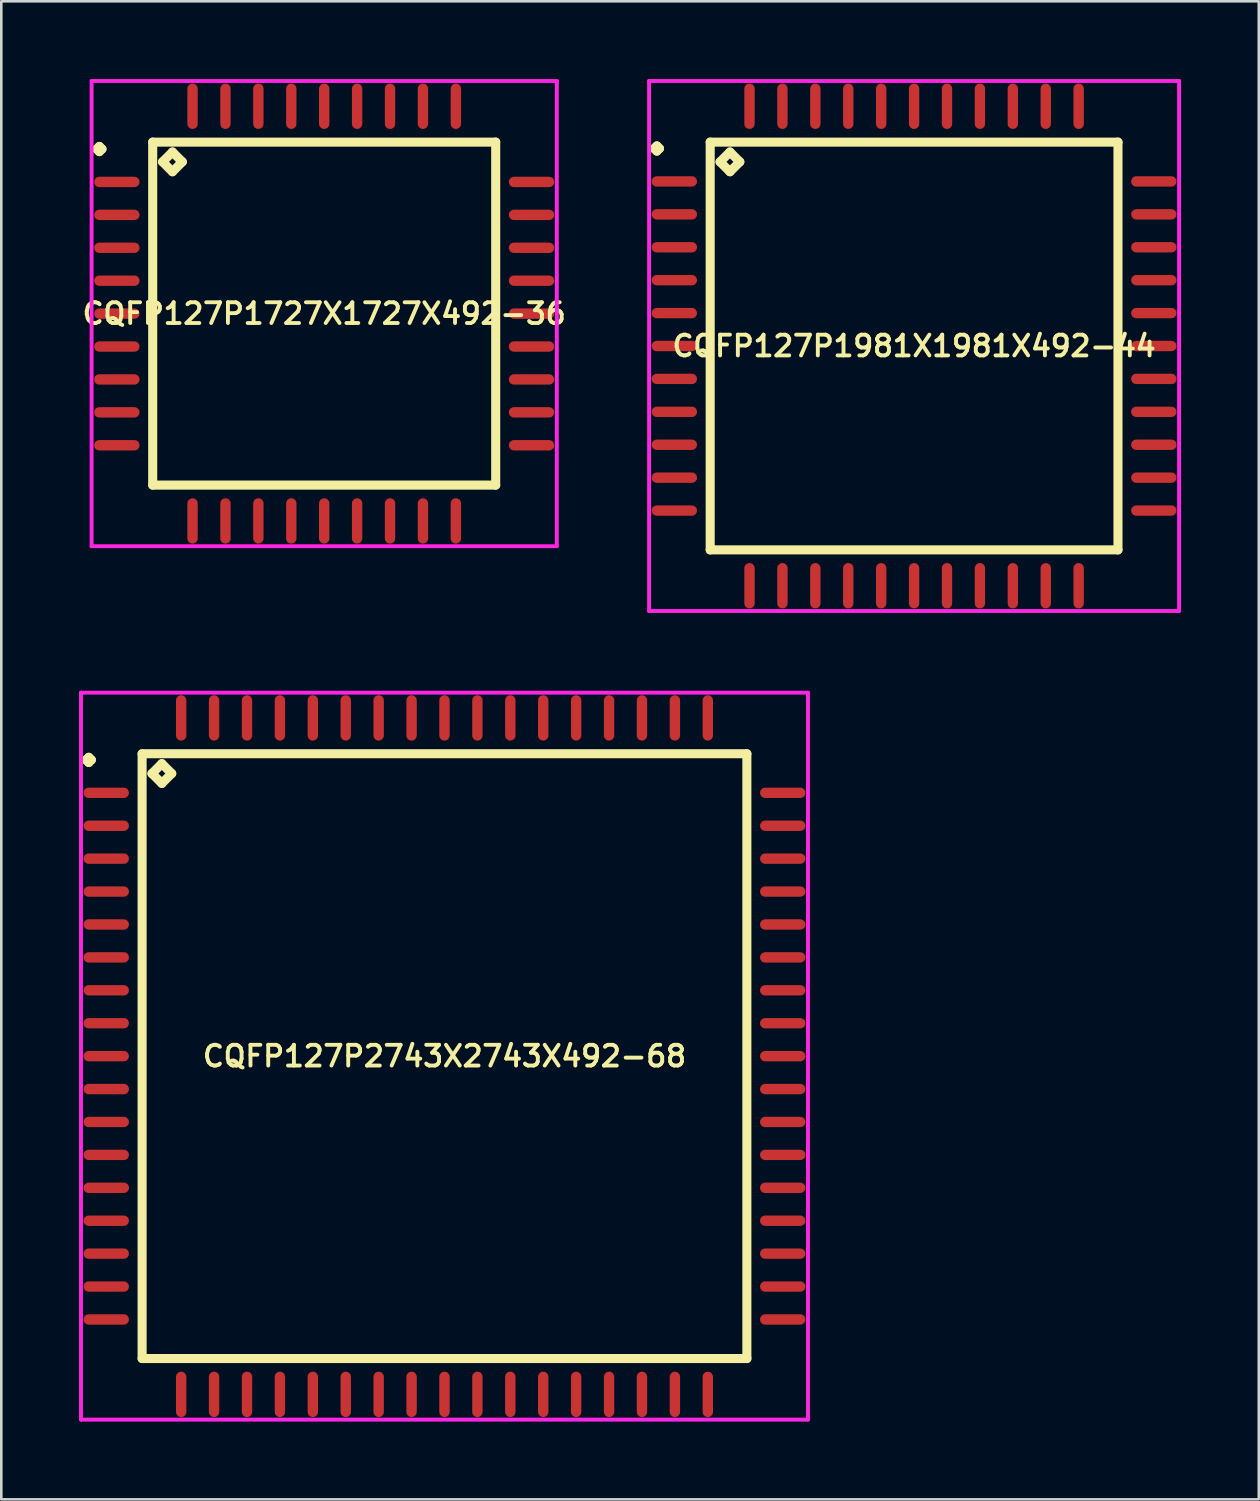
<source format=kicad_pcb>
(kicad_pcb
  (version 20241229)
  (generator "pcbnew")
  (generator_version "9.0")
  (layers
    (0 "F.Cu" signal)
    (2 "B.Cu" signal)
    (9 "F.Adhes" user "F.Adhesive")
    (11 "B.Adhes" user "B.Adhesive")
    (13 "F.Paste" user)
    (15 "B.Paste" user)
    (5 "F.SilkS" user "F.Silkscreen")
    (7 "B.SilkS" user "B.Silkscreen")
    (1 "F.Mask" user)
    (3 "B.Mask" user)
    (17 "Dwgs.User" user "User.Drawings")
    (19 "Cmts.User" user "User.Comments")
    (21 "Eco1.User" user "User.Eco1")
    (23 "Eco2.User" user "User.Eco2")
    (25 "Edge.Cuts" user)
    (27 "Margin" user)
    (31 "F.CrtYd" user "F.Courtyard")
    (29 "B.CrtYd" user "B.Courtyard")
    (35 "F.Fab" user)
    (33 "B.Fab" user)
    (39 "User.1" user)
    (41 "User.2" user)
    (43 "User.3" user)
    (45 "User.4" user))
  (footprint "CQFP127P1727X1727X492-36"
    (layer "F.Cu")
    (at 9.459 9.05)
    (property "Reference" "CQFP127P1727X1727X492-36" (at 0 0 0) (layer "F.SilkS") (effects (font (size 0.8 0.8) (thickness 0.15))))
    (attr through_hole)
    (fp_line (start -8.775 -6.35) (end -8.675 -6.45) (stroke (width 0.35) (type solid)) (layer "F.SilkS"))
    (fp_line (start -8.675 -6.45) (end -8.575 -6.35) (stroke (width 0.35) (type solid)) (layer "F.SilkS"))
    (fp_line (start -8.675 -6.25) (end -8.775 -6.35) (stroke (width 0.35) (type solid)) (layer "F.SilkS"))
    (fp_line (start -8.575 -6.35) (end -8.675 -6.25) (stroke (width 0.35) (type solid)) (layer "F.SilkS"))
    (fp_line (start -6.617 -6.617) (end -6.617 6.617) (stroke (width 0.35) (type solid)) (layer "F.SilkS"))
    (fp_line (start -6.617 6.617) (end 6.617 6.617) (stroke (width 0.35) (type solid)) (layer "F.SilkS"))
    (fp_line (start -6.236 -5.855) (end -5.855 -6.236) (stroke (width 0.35) (type solid)) (layer "F.SilkS"))
    (fp_line (start -5.855 -6.236) (end -5.474 -5.855) (stroke (width 0.35) (type solid)) (layer "F.SilkS"))
    (fp_line (start -5.855 -5.474) (end -6.236 -5.855) (stroke (width 0.35) (type solid)) (layer "F.SilkS"))
    (fp_line (start -5.474 -5.855) (end -5.855 -5.474) (stroke (width 0.35) (type solid)) (layer "F.SilkS"))
    (fp_line (start 6.617 -6.617) (end -6.617 -6.617) (stroke (width 0.35) (type solid)) (layer "F.SilkS"))
    (fp_line (start 6.617 6.617) (end 6.617 -6.617) (stroke (width 0.35) (type solid)) (layer "F.SilkS"))
    (fp_line (start -8.975 -8.975) (end 8.975 -8.975) (stroke (width 0.15) (type solid)) (layer "F.CrtYd"))
    (fp_line (start -8.975 8.975) (end -8.975 -8.975) (stroke (width 0.15) (type solid)) (layer "F.CrtYd"))
    (fp_line (start 8.975 -8.975) (end 8.975 8.975) (stroke (width 0.15) (type solid)) (layer "F.CrtYd"))
    (fp_line (start 8.975 8.975) (end -8.975 8.975) (stroke (width 0.15) (type solid)) (layer "F.CrtYd"))
    (pad "1" smd oval (at -8 -5.08) (size 1.75 0.4) (layers "F.Cu" "F.Mask" "F.Paste"))
    (pad "2" smd oval (at -8 -3.81) (size 1.75 0.4) (layers "F.Cu" "F.Mask" "F.Paste"))
    (pad "3" smd oval (at -8 -2.54) (size 1.75 0.4) (layers "F.Cu" "F.Mask" "F.Paste"))
    (pad "4" smd oval (at -8 -1.27) (size 1.75 0.4) (layers "F.Cu" "F.Mask" "F.Paste"))
    (pad "5" smd oval (at -8 0) (size 1.75 0.4) (layers "F.Cu" "F.Mask" "F.Paste"))
    (pad "6" smd oval (at -8 1.27) (size 1.75 0.4) (layers "F.Cu" "F.Mask" "F.Paste"))
    (pad "7" smd oval (at -8 2.54) (size 1.75 0.4) (layers "F.Cu" "F.Mask" "F.Paste"))
    (pad "8" smd oval (at -8 3.81) (size 1.75 0.4) (layers "F.Cu" "F.Mask" "F.Paste"))
    (pad "9" smd oval (at -8 5.08) (size 1.75 0.4) (layers "F.Cu" "F.Mask" "F.Paste"))
    (pad "10" smd oval (at -5.08 8) (size 0.4 1.75) (layers "F.Cu" "F.Mask" "F.Paste"))
    (pad "11" smd oval (at -3.81 8) (size 0.4 1.75) (layers "F.Cu" "F.Mask" "F.Paste"))
    (pad "12" smd oval (at -2.54 8) (size 0.4 1.75) (layers "F.Cu" "F.Mask" "F.Paste"))
    (pad "13" smd oval (at -1.27 8) (size 0.4 1.75) (layers "F.Cu" "F.Mask" "F.Paste"))
    (pad "14" smd oval (at 0 8) (size 0.4 1.75) (layers "F.Cu" "F.Mask" "F.Paste"))
    (pad "15" smd oval (at 1.27 8) (size 0.4 1.75) (layers "F.Cu" "F.Mask" "F.Paste"))
    (pad "16" smd oval (at 2.54 8) (size 0.4 1.75) (layers "F.Cu" "F.Mask" "F.Paste"))
    (pad "17" smd oval (at 3.81 8) (size 0.4 1.75) (layers "F.Cu" "F.Mask" "F.Paste"))
    (pad "18" smd oval (at 5.08 8) (size 0.4 1.75) (layers "F.Cu" "F.Mask" "F.Paste"))
    (pad "19" smd oval (at 8 5.08) (size 1.75 0.4) (layers "F.Cu" "F.Mask" "F.Paste"))
    (pad "20" smd oval (at 8 3.81) (size 1.75 0.4) (layers "F.Cu" "F.Mask" "F.Paste"))
    (pad "21" smd oval (at 8 2.54) (size 1.75 0.4) (layers "F.Cu" "F.Mask" "F.Paste"))
    (pad "22" smd oval (at 8 1.27) (size 1.75 0.4) (layers "F.Cu" "F.Mask" "F.Paste"))
    (pad "23" smd oval (at 8 0) (size 1.75 0.4) (layers "F.Cu" "F.Mask" "F.Paste"))
    (pad "24" smd oval (at 8 -1.27) (size 1.75 0.4) (layers "F.Cu" "F.Mask" "F.Paste"))
    (pad "25" smd oval (at 8 -2.54) (size 1.75 0.4) (layers "F.Cu" "F.Mask" "F.Paste"))
    (pad "26" smd oval (at 8 -3.81) (size 1.75 0.4) (layers "F.Cu" "F.Mask" "F.Paste"))
    (pad "27" smd oval (at 8 -5.08) (size 1.75 0.4) (layers "F.Cu" "F.Mask" "F.Paste"))
    (pad "28" smd oval (at 5.08 -8) (size 0.4 1.75) (layers "F.Cu" "F.Mask" "F.Paste"))
    (pad "29" smd oval (at 3.81 -8) (size 0.4 1.75) (layers "F.Cu" "F.Mask" "F.Paste"))
    (pad "30" smd oval (at 2.54 -8) (size 0.4 1.75) (layers "F.Cu" "F.Mask" "F.Paste"))
    (pad "31" smd oval (at 1.27 -8) (size 0.4 1.75) (layers "F.Cu" "F.Mask" "F.Paste"))
    (pad "32" smd oval (at 0 -8) (size 0.4 1.75) (layers "F.Cu" "F.Mask" "F.Paste"))
    (pad "33" smd oval (at -1.27 -8) (size 0.4 1.75) (layers "F.Cu" "F.Mask" "F.Paste"))
    (pad "34" smd oval (at -2.54 -8) (size 0.4 1.75) (layers "F.Cu" "F.Mask" "F.Paste"))
    (pad "35" smd oval (at -3.81 -8) (size 0.4 1.75) (layers "F.Cu" "F.Mask" "F.Paste"))
    (pad "36" smd oval (at -5.08 -8) (size 0.4 1.75) (layers "F.Cu" "F.Mask" "F.Paste")))
  (footprint "CQFP127P2743X2743X492-68"
    (layer "F.Cu")
    (at 14.1 37.7)
    (property "Reference" "CQFP127P2743X2743X492-68" (at 0 0 0) (layer "F.SilkS") (effects (font (size 0.8 0.8) (thickness 0.15))))
    (attr smd)
    (fp_line (start -13.825 -11.43) (end -13.725 -11.53) (stroke (width 0.35) (type solid)) (layer "F.SilkS"))
    (fp_line (start -13.725 -11.53) (end -13.625 -11.43) (stroke (width 0.35) (type solid)) (layer "F.SilkS"))
    (fp_line (start -13.725 -11.33) (end -13.825 -11.43) (stroke (width 0.35) (type solid)) (layer "F.SilkS"))
    (fp_line (start -13.625 -11.43) (end -13.725 -11.33) (stroke (width 0.35) (type solid)) (layer "F.SilkS"))
    (fp_line (start -11.667 -11.667) (end -11.667 11.667) (stroke (width 0.35) (type solid)) (layer "F.SilkS"))
    (fp_line (start -11.667 11.667) (end 11.667 11.667) (stroke (width 0.35) (type solid)) (layer "F.SilkS"))
    (fp_line (start -11.286 -10.905) (end -10.905 -11.286) (stroke (width 0.35) (type solid)) (layer "F.SilkS"))
    (fp_line (start -10.905 -11.286) (end -10.524 -10.905) (stroke (width 0.35) (type solid)) (layer "F.SilkS"))
    (fp_line (start -10.905 -10.524) (end -11.286 -10.905) (stroke (width 0.35) (type solid)) (layer "F.SilkS"))
    (fp_line (start -10.524 -10.905) (end -10.905 -10.524) (stroke (width 0.35) (type solid)) (layer "F.SilkS"))
    (fp_line (start 11.667 -11.667) (end -11.667 -11.667) (stroke (width 0.35) (type solid)) (layer "F.SilkS"))
    (fp_line (start 11.667 11.667) (end 11.667 -11.667) (stroke (width 0.35) (type solid)) (layer "F.SilkS"))
    (fp_line (start -14.025 -14.025) (end 14.025 -14.025) (stroke (width 0.15) (type solid)) (layer "F.CrtYd"))
    (fp_line (start -14.025 14.025) (end -14.025 -14.025) (stroke (width 0.15) (type solid)) (layer "F.CrtYd"))
    (fp_line (start 14.025 -14.025) (end 14.025 14.025) (stroke (width 0.15) (type solid)) (layer "F.CrtYd"))
    (fp_line (start 14.025 14.025) (end -14.025 14.025) (stroke (width 0.15) (type solid)) (layer "F.CrtYd"))
    (pad "1" smd oval (at -13.05 -10.16) (size 1.75 0.4) (layers "F.Cu" "F.Mask" "F.Paste"))
    (pad "2" smd oval (at -13.05 -8.89) (size 1.75 0.4) (layers "F.Cu" "F.Mask" "F.Paste"))
    (pad "3" smd oval (at -13.05 -7.62) (size 1.75 0.4) (layers "F.Cu" "F.Mask" "F.Paste"))
    (pad "4" smd oval (at -13.05 -6.35) (size 1.75 0.4) (layers "F.Cu" "F.Mask" "F.Paste"))
    (pad "5" smd oval (at -13.05 -5.08) (size 1.75 0.4) (layers "F.Cu" "F.Mask" "F.Paste"))
    (pad "6" smd oval (at -13.05 -3.81) (size 1.75 0.4) (layers "F.Cu" "F.Mask" "F.Paste"))
    (pad "7" smd oval (at -13.05 -2.54) (size 1.75 0.4) (layers "F.Cu" "F.Mask" "F.Paste"))
    (pad "8" smd oval (at -13.05 -1.27) (size 1.75 0.4) (layers "F.Cu" "F.Mask" "F.Paste"))
    (pad "9" smd oval (at -13.05 0) (size 1.75 0.4) (layers "F.Cu" "F.Mask" "F.Paste"))
    (pad "10" smd oval (at -13.05 1.27) (size 1.75 0.4) (layers "F.Cu" "F.Mask" "F.Paste"))
    (pad "11" smd oval (at -13.05 2.54) (size 1.75 0.4) (layers "F.Cu" "F.Mask" "F.Paste"))
    (pad "12" smd oval (at -13.05 3.81) (size 1.75 0.4) (layers "F.Cu" "F.Mask" "F.Paste"))
    (pad "13" smd oval (at -13.05 5.08) (size 1.75 0.4) (layers "F.Cu" "F.Mask" "F.Paste"))
    (pad "14" smd oval (at -13.05 6.35) (size 1.75 0.4) (layers "F.Cu" "F.Mask" "F.Paste"))
    (pad "15" smd oval (at -13.05 7.62) (size 1.75 0.4) (layers "F.Cu" "F.Mask" "F.Paste"))
    (pad "16" smd oval (at -13.05 8.89) (size 1.75 0.4) (layers "F.Cu" "F.Mask" "F.Paste"))
    (pad "17" smd oval (at -13.05 10.16) (size 1.75 0.4) (layers "F.Cu" "F.Mask" "F.Paste"))
    (pad "18" smd oval (at -10.16 13.05) (size 0.4 1.75) (layers "F.Cu" "F.Mask" "F.Paste"))
    (pad "19" smd oval (at -8.89 13.05) (size 0.4 1.75) (layers "F.Cu" "F.Mask" "F.Paste"))
    (pad "20" smd oval (at -7.62 13.05) (size 0.4 1.75) (layers "F.Cu" "F.Mask" "F.Paste"))
    (pad "21" smd oval (at -6.35 13.05) (size 0.4 1.75) (layers "F.Cu" "F.Mask" "F.Paste"))
    (pad "22" smd oval (at -5.08 13.05) (size 0.4 1.75) (layers "F.Cu" "F.Mask" "F.Paste"))
    (pad "23" smd oval (at -3.81 13.05) (size 0.4 1.75) (layers "F.Cu" "F.Mask" "F.Paste"))
    (pad "24" smd oval (at -2.54 13.05) (size 0.4 1.75) (layers "F.Cu" "F.Mask" "F.Paste"))
    (pad "25" smd oval (at -1.27 13.05) (size 0.4 1.75) (layers "F.Cu" "F.Mask" "F.Paste"))
    (pad "26" smd oval (at 0 13.05) (size 0.4 1.75) (layers "F.Cu" "F.Mask" "F.Paste"))
    (pad "27" smd oval (at 1.27 13.05) (size 0.4 1.75) (layers "F.Cu" "F.Mask" "F.Paste"))
    (pad "28" smd oval (at 2.54 13.05) (size 0.4 1.75) (layers "F.Cu" "F.Mask" "F.Paste"))
    (pad "29" smd oval (at 3.81 13.05) (size 0.4 1.75) (layers "F.Cu" "F.Mask" "F.Paste"))
    (pad "30" smd oval (at 5.08 13.05) (size 0.4 1.75) (layers "F.Cu" "F.Mask" "F.Paste"))
    (pad "31" smd oval (at 6.35 13.05) (size 0.4 1.75) (layers "F.Cu" "F.Mask" "F.Paste"))
    (pad "32" smd oval (at 7.62 13.05) (size 0.4 1.75) (layers "F.Cu" "F.Mask" "F.Paste"))
    (pad "33" smd oval (at 8.89 13.05) (size 0.4 1.75) (layers "F.Cu" "F.Mask" "F.Paste"))
    (pad "34" smd oval (at 10.16 13.05) (size 0.4 1.75) (layers "F.Cu" "F.Mask" "F.Paste"))
    (pad "35" smd oval (at 13.05 10.16) (size 1.75 0.4) (layers "F.Cu" "F.Mask" "F.Paste"))
    (pad "36" smd oval (at 13.05 8.89) (size 1.75 0.4) (layers "F.Cu" "F.Mask" "F.Paste"))
    (pad "37" smd oval (at 13.05 7.62) (size 1.75 0.4) (layers "F.Cu" "F.Mask" "F.Paste"))
    (pad "38" smd oval (at 13.05 6.35) (size 1.75 0.4) (layers "F.Cu" "F.Mask" "F.Paste"))
    (pad "39" smd oval (at 13.05 5.08) (size 1.75 0.4) (layers "F.Cu" "F.Mask" "F.Paste"))
    (pad "40" smd oval (at 13.05 3.81) (size 1.75 0.4) (layers "F.Cu" "F.Mask" "F.Paste"))
    (pad "41" smd oval (at 13.05 2.54) (size 1.75 0.4) (layers "F.Cu" "F.Mask" "F.Paste"))
    (pad "42" smd oval (at 13.05 1.27) (size 1.75 0.4) (layers "F.Cu" "F.Mask" "F.Paste"))
    (pad "43" smd oval (at 13.05 0) (size 1.75 0.4) (layers "F.Cu" "F.Mask" "F.Paste"))
    (pad "44" smd oval (at 13.05 -1.27) (size 1.75 0.4) (layers "F.Cu" "F.Mask" "F.Paste"))
    (pad "45" smd oval (at 13.05 -2.54) (size 1.75 0.4) (layers "F.Cu" "F.Mask" "F.Paste"))
    (pad "46" smd oval (at 13.05 -3.81) (size 1.75 0.4) (layers "F.Cu" "F.Mask" "F.Paste"))
    (pad "47" smd oval (at 13.05 -5.08) (size 1.75 0.4) (layers "F.Cu" "F.Mask" "F.Paste"))
    (pad "48" smd oval (at 13.05 -6.35) (size 1.75 0.4) (layers "F.Cu" "F.Mask" "F.Paste"))
    (pad "49" smd oval (at 13.05 -7.62) (size 1.75 0.4) (layers "F.Cu" "F.Mask" "F.Paste"))
    (pad "50" smd oval (at 13.05 -8.89) (size 1.75 0.4) (layers "F.Cu" "F.Mask" "F.Paste"))
    (pad "51" smd oval (at 13.05 -10.16) (size 1.75 0.4) (layers "F.Cu" "F.Mask" "F.Paste"))
    (pad "52" smd oval (at 10.16 -13.05) (size 0.4 1.75) (layers "F.Cu" "F.Mask" "F.Paste"))
    (pad "53" smd oval (at 8.89 -13.05) (size 0.4 1.75) (layers "F.Cu" "F.Mask" "F.Paste"))
    (pad "54" smd oval (at 7.62 -13.05) (size 0.4 1.75) (layers "F.Cu" "F.Mask" "F.Paste"))
    (pad "55" smd oval (at 6.35 -13.05) (size 0.4 1.75) (layers "F.Cu" "F.Mask" "F.Paste"))
    (pad "56" smd oval (at 5.08 -13.05) (size 0.4 1.75) (layers "F.Cu" "F.Mask" "F.Paste"))
    (pad "57" smd oval (at 3.81 -13.05) (size 0.4 1.75) (layers "F.Cu" "F.Mask" "F.Paste"))
    (pad "58" smd oval (at 2.54 -13.05) (size 0.4 1.75) (layers "F.Cu" "F.Mask" "F.Paste"))
    (pad "59" smd oval (at 1.27 -13.05) (size 0.4 1.75) (layers "F.Cu" "F.Mask" "F.Paste"))
    (pad "60" smd oval (at 0 -13.05) (size 0.4 1.75) (layers "F.Cu" "F.Mask" "F.Paste"))
    (pad "61" smd oval (at -1.27 -13.05) (size 0.4 1.75) (layers "F.Cu" "F.Mask" "F.Paste"))
    (pad "62" smd oval (at -2.54 -13.05) (size 0.4 1.75) (layers "F.Cu" "F.Mask" "F.Paste"))
    (pad "63" smd oval (at -3.81 -13.05) (size 0.4 1.75) (layers "F.Cu" "F.Mask" "F.Paste"))
    (pad "64" smd oval (at -5.08 -13.05) (size 0.4 1.75) (layers "F.Cu" "F.Mask" "F.Paste"))
    (pad "65" smd oval (at -6.35 -13.05) (size 0.4 1.75) (layers "F.Cu" "F.Mask" "F.Paste"))
    (pad "66" smd oval (at -7.62 -13.05) (size 0.4 1.75) (layers "F.Cu" "F.Mask" "F.Paste"))
    (pad "67" smd oval (at -8.89 -13.05) (size 0.4 1.75) (layers "F.Cu" "F.Mask" "F.Paste"))
    (pad "68" smd oval (at -10.16 -13.05) (size 0.4 1.75) (layers "F.Cu" "F.Mask" "F.Paste")))
  (footprint "CQFP127P1981X1981X492-44"
    (layer "F.Cu")
    (at 32.219 10.3)
    (property "Reference" "CQFP127P1981X1981X492-44" (at 0 0 0) (layer "F.SilkS") (effects (font (size 0.8 0.8) (thickness 0.15))))
    (attr smd)
    (fp_line (start -10.025 -7.62) (end -9.925 -7.72) (stroke (width 0.35) (type solid)) (layer "F.SilkS"))
    (fp_line (start -9.925 -7.72) (end -9.825 -7.62) (stroke (width 0.35) (type solid)) (layer "F.SilkS"))
    (fp_line (start -9.925 -7.52) (end -10.025 -7.62) (stroke (width 0.35) (type solid)) (layer "F.SilkS"))
    (fp_line (start -9.825 -7.62) (end -9.925 -7.52) (stroke (width 0.35) (type solid)) (layer "F.SilkS"))
    (fp_line (start -7.867 -7.867) (end -7.867 7.867) (stroke (width 0.35) (type solid)) (layer "F.SilkS"))
    (fp_line (start -7.867 7.867) (end 7.867 7.867) (stroke (width 0.35) (type solid)) (layer "F.SilkS"))
    (fp_line (start -7.486 -7.105) (end -7.105 -7.486) (stroke (width 0.35) (type solid)) (layer "F.SilkS"))
    (fp_line (start -7.105 -7.486) (end -6.724 -7.105) (stroke (width 0.35) (type solid)) (layer "F.SilkS"))
    (fp_line (start -7.105 -6.724) (end -7.486 -7.105) (stroke (width 0.35) (type solid)) (layer "F.SilkS"))
    (fp_line (start -6.724 -7.105) (end -7.105 -6.724) (stroke (width 0.35) (type solid)) (layer "F.SilkS"))
    (fp_line (start 7.867 -7.867) (end -7.867 -7.867) (stroke (width 0.35) (type solid)) (layer "F.SilkS"))
    (fp_line (start 7.867 7.867) (end 7.867 -7.867) (stroke (width 0.35) (type solid)) (layer "F.SilkS"))
    (fp_line (start -10.225 -10.225) (end 10.225 -10.225) (stroke (width 0.15) (type solid)) (layer "F.CrtYd"))
    (fp_line (start -10.225 10.225) (end -10.225 -10.225) (stroke (width 0.15) (type solid)) (layer "F.CrtYd"))
    (fp_line (start 10.225 -10.225) (end 10.225 10.225) (stroke (width 0.15) (type solid)) (layer "F.CrtYd"))
    (fp_line (start 10.225 10.225) (end -10.225 10.225) (stroke (width 0.15) (type solid)) (layer "F.CrtYd"))
    (pad "1" smd oval (at -9.25 -6.35) (size 1.75 0.4) (layers "F.Cu" "F.Mask" "F.Paste"))
    (pad "2" smd oval (at -9.25 -5.08) (size 1.75 0.4) (layers "F.Cu" "F.Mask" "F.Paste"))
    (pad "3" smd oval (at -9.25 -3.81) (size 1.75 0.4) (layers "F.Cu" "F.Mask" "F.Paste"))
    (pad "4" smd oval (at -9.25 -2.54) (size 1.75 0.4) (layers "F.Cu" "F.Mask" "F.Paste"))
    (pad "5" smd oval (at -9.25 -1.27) (size 1.75 0.4) (layers "F.Cu" "F.Mask" "F.Paste"))
    (pad "6" smd oval (at -9.25 0) (size 1.75 0.4) (layers "F.Cu" "F.Mask" "F.Paste"))
    (pad "7" smd oval (at -9.25 1.27) (size 1.75 0.4) (layers "F.Cu" "F.Mask" "F.Paste"))
    (pad "8" smd oval (at -9.25 2.54) (size 1.75 0.4) (layers "F.Cu" "F.Mask" "F.Paste"))
    (pad "9" smd oval (at -9.25 3.81) (size 1.75 0.4) (layers "F.Cu" "F.Mask" "F.Paste"))
    (pad "10" smd oval (at -9.25 5.08) (size 1.75 0.4) (layers "F.Cu" "F.Mask" "F.Paste"))
    (pad "11" smd oval (at -9.25 6.35) (size 1.75 0.4) (layers "F.Cu" "F.Mask" "F.Paste"))
    (pad "12" smd oval (at -6.35 9.25) (size 0.4 1.75) (layers "F.Cu" "F.Mask" "F.Paste"))
    (pad "13" smd oval (at -5.08 9.25) (size 0.4 1.75) (layers "F.Cu" "F.Mask" "F.Paste"))
    (pad "14" smd oval (at -3.81 9.25) (size 0.4 1.75) (layers "F.Cu" "F.Mask" "F.Paste"))
    (pad "15" smd oval (at -2.54 9.25) (size 0.4 1.75) (layers "F.Cu" "F.Mask" "F.Paste"))
    (pad "16" smd oval (at -1.27 9.25) (size 0.4 1.75) (layers "F.Cu" "F.Mask" "F.Paste"))
    (pad "17" smd oval (at 0 9.25) (size 0.4 1.75) (layers "F.Cu" "F.Mask" "F.Paste"))
    (pad "18" smd oval (at 1.27 9.25) (size 0.4 1.75) (layers "F.Cu" "F.Mask" "F.Paste"))
    (pad "19" smd oval (at 2.54 9.25) (size 0.4 1.75) (layers "F.Cu" "F.Mask" "F.Paste"))
    (pad "20" smd oval (at 3.81 9.25) (size 0.4 1.75) (layers "F.Cu" "F.Mask" "F.Paste"))
    (pad "21" smd oval (at 5.08 9.25) (size 0.4 1.75) (layers "F.Cu" "F.Mask" "F.Paste"))
    (pad "22" smd oval (at 6.35 9.25) (size 0.4 1.75) (layers "F.Cu" "F.Mask" "F.Paste"))
    (pad "23" smd oval (at 9.25 6.35) (size 1.75 0.4) (layers "F.Cu" "F.Mask" "F.Paste"))
    (pad "24" smd oval (at 9.25 5.08) (size 1.75 0.4) (layers "F.Cu" "F.Mask" "F.Paste"))
    (pad "25" smd oval (at 9.25 3.81) (size 1.75 0.4) (layers "F.Cu" "F.Mask" "F.Paste"))
    (pad "26" smd oval (at 9.25 2.54) (size 1.75 0.4) (layers "F.Cu" "F.Mask" "F.Paste"))
    (pad "27" smd oval (at 9.25 1.27) (size 1.75 0.4) (layers "F.Cu" "F.Mask" "F.Paste"))
    (pad "28" smd oval (at 9.25 0) (size 1.75 0.4) (layers "F.Cu" "F.Mask" "F.Paste"))
    (pad "29" smd oval (at 9.25 -1.27) (size 1.75 0.4) (layers "F.Cu" "F.Mask" "F.Paste"))
    (pad "30" smd oval (at 9.25 -2.54) (size 1.75 0.4) (layers "F.Cu" "F.Mask" "F.Paste"))
    (pad "31" smd oval (at 9.25 -3.81) (size 1.75 0.4) (layers "F.Cu" "F.Mask" "F.Paste"))
    (pad "32" smd oval (at 9.25 -5.08) (size 1.75 0.4) (layers "F.Cu" "F.Mask" "F.Paste"))
    (pad "33" smd oval (at 9.25 -6.35) (size 1.75 0.4) (layers "F.Cu" "F.Mask" "F.Paste"))
    (pad "34" smd oval (at 6.35 -9.25) (size 0.4 1.75) (layers "F.Cu" "F.Mask" "F.Paste"))
    (pad "35" smd oval (at 5.08 -9.25) (size 0.4 1.75) (layers "F.Cu" "F.Mask" "F.Paste"))
    (pad "36" smd oval (at 3.81 -9.25) (size 0.4 1.75) (layers "F.Cu" "F.Mask" "F.Paste"))
    (pad "37" smd oval (at 2.54 -9.25) (size 0.4 1.75) (layers "F.Cu" "F.Mask" "F.Paste"))
    (pad "38" smd oval (at 1.27 -9.25) (size 0.4 1.75) (layers "F.Cu" "F.Mask" "F.Paste"))
    (pad "39" smd oval (at 0 -9.25) (size 0.4 1.75) (layers "F.Cu" "F.Mask" "F.Paste"))
    (pad "40" smd oval (at -1.27 -9.25) (size 0.4 1.75) (layers "F.Cu" "F.Mask" "F.Paste"))
    (pad "41" smd oval (at -2.54 -9.25) (size 0.4 1.75) (layers "F.Cu" "F.Mask" "F.Paste"))
    (pad "42" smd oval (at -3.81 -9.25) (size 0.4 1.75) (layers "F.Cu" "F.Mask" "F.Paste"))
    (pad "43" smd oval (at -5.08 -9.25) (size 0.4 1.75) (layers "F.Cu" "F.Mask" "F.Paste"))
    (pad "44" smd oval (at -6.35 -9.25) (size 0.4 1.75) (layers "F.Cu" "F.Mask" "F.Paste")))
  (gr_rect
    (start -3 -3)
    (end 45.519 54.8)
    (stroke (width 0.1) (type default))
    (fill no)
    (layer "Edge.Cuts")))
</source>
